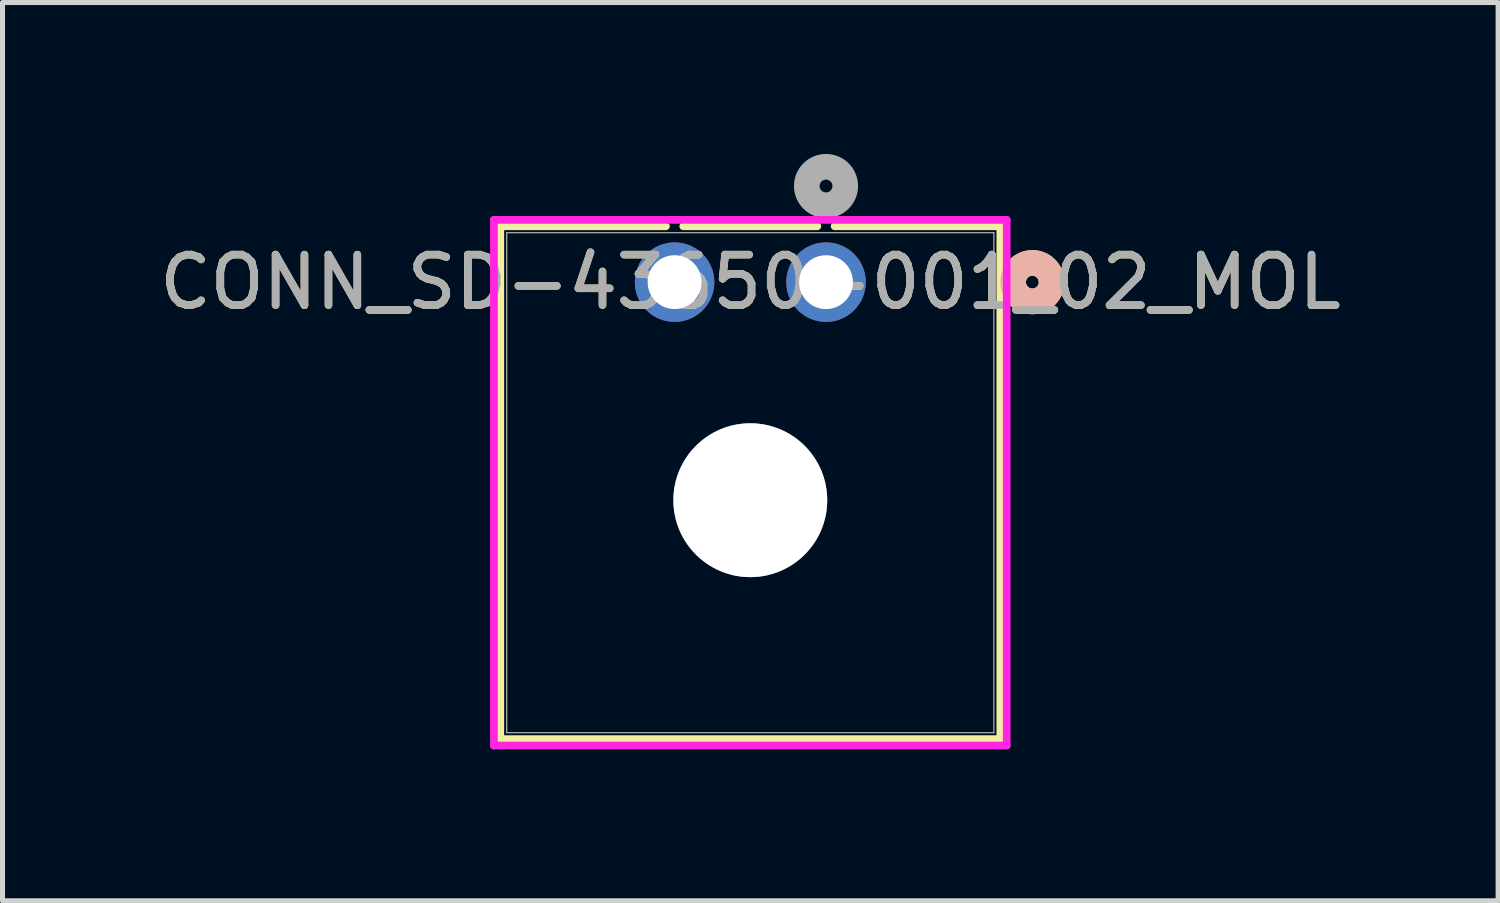
<source format=kicad_pcb>
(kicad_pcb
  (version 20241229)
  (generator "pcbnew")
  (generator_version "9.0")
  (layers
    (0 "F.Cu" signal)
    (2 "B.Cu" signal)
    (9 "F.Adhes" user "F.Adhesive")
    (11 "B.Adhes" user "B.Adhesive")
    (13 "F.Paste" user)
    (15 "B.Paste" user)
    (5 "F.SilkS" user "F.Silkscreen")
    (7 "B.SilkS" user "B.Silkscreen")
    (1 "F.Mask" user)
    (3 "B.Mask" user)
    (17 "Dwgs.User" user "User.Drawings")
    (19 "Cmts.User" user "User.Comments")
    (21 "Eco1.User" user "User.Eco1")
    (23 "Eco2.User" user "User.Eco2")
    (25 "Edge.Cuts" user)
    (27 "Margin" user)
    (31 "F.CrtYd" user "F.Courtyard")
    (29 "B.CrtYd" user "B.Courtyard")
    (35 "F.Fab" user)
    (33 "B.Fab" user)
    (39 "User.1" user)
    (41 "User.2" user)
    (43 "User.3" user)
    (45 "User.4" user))
  (footprint "CONN_SD-43650-001_02_MOL"
    (layer "F.Cu")
    (at 13.315 2.54)
    (property "Reference" "CONN_SD-43650-001_02_MOL" (at -1.5 0 0) (unlocked yes) (layer "F.SilkS") (effects (font (size 1 1) (thickness 0.15))))
    (attr through_hole)
    (fp_line (start -6.453 -1.107) (end -6.453 9.053) (stroke (width 0.152) (type solid)) (layer "F.SilkS"))
    (fp_line (start -6.453 9.053) (end 3.453 9.053) (stroke (width 0.152) (type solid)) (layer "F.SilkS"))
    (fp_line (start -3.171 -1.107) (end -6.453 -1.107) (stroke (width 0.152) (type solid)) (layer "F.SilkS"))
    (fp_line (start -0.171 -1.107) (end -2.829 -1.107) (stroke (width 0.152) (type solid)) (layer "F.SilkS"))
    (fp_line (start 3.453 -1.107) (end 0.171 -1.107) (stroke (width 0.152) (type solid)) (layer "F.SilkS"))
    (fp_line (start 3.453 9.053) (end 3.453 -1.107) (stroke (width 0.152) (type solid)) (layer "F.SilkS"))
    (fp_circle (center 4.088 0) (end 4.469 0) (stroke (width 0.508) (type solid)) (fill no) (layer "F.SilkS"))
    (fp_circle (center 4.088 0) (end 4.469 0) (stroke (width 0.508) (type solid)) (fill no) (layer "B.SilkS"))
    (fp_line (start -6.58 -1.234) (end -6.58 9.18) (stroke (width 0.152) (type solid)) (layer "F.CrtYd"))
    (fp_line (start -6.58 9.18) (end 3.58 9.18) (stroke (width 0.152) (type solid)) (layer "F.CrtYd"))
    (fp_line (start 3.58 -1.234) (end -6.58 -1.234) (stroke (width 0.152) (type solid)) (layer "F.CrtYd"))
    (fp_line (start 3.58 9.18) (end 3.58 -1.234) (stroke (width 0.152) (type solid)) (layer "F.CrtYd"))
    (fp_line (start -6.326 -0.98) (end -6.326 8.926) (stroke (width 0.025) (type solid)) (layer "F.Fab"))
    (fp_line (start -6.326 8.926) (end 3.326 8.926) (stroke (width 0.025) (type solid)) (layer "F.Fab"))
    (fp_line (start 3.326 -0.98) (end -6.326 -0.98) (stroke (width 0.025) (type solid)) (layer "F.Fab"))
    (fp_line (start 3.326 8.926) (end 3.326 -0.98) (stroke (width 0.025) (type solid)) (layer "F.Fab"))
    (fp_circle (center 0 -1.905) (end 0.381 -1.905) (stroke (width 0.508) (type solid)) (fill no) (layer "F.Fab"))
    (fp_text user "${REFERENCE}" (at -1.5 0 0) (unlocked yes) (layer "F.Fab") (effects (font (size 1 1) (thickness 0.15))))
    (pad "1" thru_hole circle (at 0 0) (size 1.575 1.575) (drill 1.067) (layers "*.Cu" "*.Mask"))
    (pad "2" thru_hole circle (at -3 0) (size 1.575 1.575) (drill 1.067) (layers "*.Cu" "*.Mask"))
    (pad "3" thru_hole circle (at -1.5 4.32) (size 3.048 3.048) (drill 3.048) (layers "*.Cu" "*.Mask")))
  (gr_rect
    (start -3 -3)
    (end 26.631 14.796)
    (stroke (width 0.1) (type default))
    (fill no)
    (layer "Edge.Cuts")))
</source>
